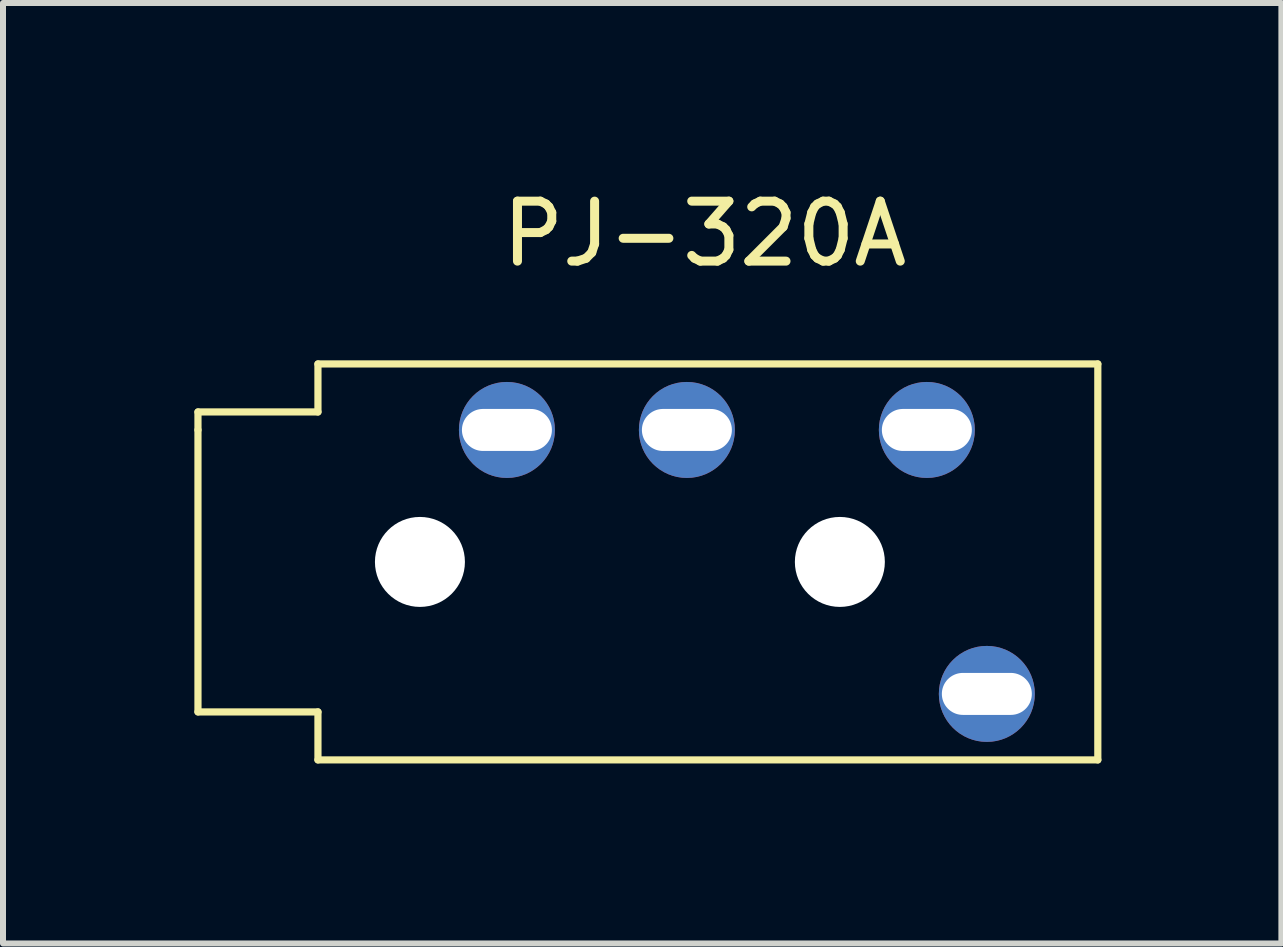
<source format=kicad_pcb>
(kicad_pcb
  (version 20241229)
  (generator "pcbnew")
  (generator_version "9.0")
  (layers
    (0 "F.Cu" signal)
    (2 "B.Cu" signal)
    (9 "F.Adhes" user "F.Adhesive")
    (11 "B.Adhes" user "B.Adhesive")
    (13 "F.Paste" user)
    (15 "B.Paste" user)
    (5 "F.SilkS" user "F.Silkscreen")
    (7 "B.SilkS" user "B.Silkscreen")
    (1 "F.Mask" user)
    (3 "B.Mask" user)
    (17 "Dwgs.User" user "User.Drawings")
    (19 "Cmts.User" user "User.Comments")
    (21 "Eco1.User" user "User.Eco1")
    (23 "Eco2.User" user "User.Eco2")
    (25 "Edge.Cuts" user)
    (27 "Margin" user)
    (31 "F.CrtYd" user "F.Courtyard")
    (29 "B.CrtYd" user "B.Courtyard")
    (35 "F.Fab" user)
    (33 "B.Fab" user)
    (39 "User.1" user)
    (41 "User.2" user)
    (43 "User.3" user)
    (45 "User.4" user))
  (footprint "PJ-320A"
    (layer "F.Cu")
    (at 0.25 4.117)
    (property "Reference" "PJ-320A" (at 8.445 -3.269 0) (layer "F.SilkS") (effects (font (size 1 1) (thickness 0.15))))
    (attr through_hole)
    (fp_line (start 0 -0.3) (end 2 -0.3) (stroke (width 0.12) (type solid)) (layer "F.SilkS"))
    (fp_line (start 0 0) (end 0 -0.3) (stroke (width 0.12) (type solid)) (layer "F.SilkS"))
    (fp_line (start 0 0) (end 0 4.7) (stroke (width 0.12) (type solid)) (layer "F.SilkS"))
    (fp_line (start 0 4.7) (end 2 4.7) (stroke (width 0.12) (type solid)) (layer "F.SilkS"))
    (fp_line (start 2 -1.1) (end 15 -1.1) (stroke (width 0.12) (type solid)) (layer "F.SilkS"))
    (fp_line (start 2 -0.3) (end 2 -1.1) (stroke (width 0.12) (type solid)) (layer "F.SilkS"))
    (fp_line (start 2 4.7) (end 2 5.5) (stroke (width 0.12) (type solid)) (layer "F.SilkS"))
    (fp_line (start 2 5.5) (end 15 5.5) (stroke (width 0.12) (type solid)) (layer "F.SilkS"))
    (fp_line (start 15 -1.1) (end 15 5.5) (stroke (width 0.12) (type solid)) (layer "F.SilkS"))
    (pad "" np_thru_hole circle (at 3.7 2.2) (size 1.5 1.5) (drill 1.5) (layers "*.Cu"))
    (pad "" np_thru_hole circle (at 10.7 2.2) (size 1.5 1.5) (drill 1.5) (layers "*.Cu"))
    (pad "R1" thru_hole circle (at 8.15 0) (size 1.6 1.6) (drill oval 1.5 0.7) (layers "*.Cu" "*.Mask"))
    (pad "R2" thru_hole circle (at 5.15 0) (size 1.6 1.6) (drill oval 1.5 0.7) (layers "*.Cu" "*.Mask"))
    (pad "S" thru_hole circle (at 13.15 4.4) (size 1.6 1.6) (drill oval 1.5 0.7) (layers "*.Cu" "*.Mask"))
    (pad "T" thru_hole circle (at 12.15 0) (size 1.6 1.6) (drill oval 1.5 0.7) (layers "*.Cu" "*.Mask")))
  (gr_rect
    (start -3 -3)
    (end 18.31 12.677)
    (stroke (width 0.1) (type default))
    (fill no)
    (layer "Edge.Cuts")))
</source>
